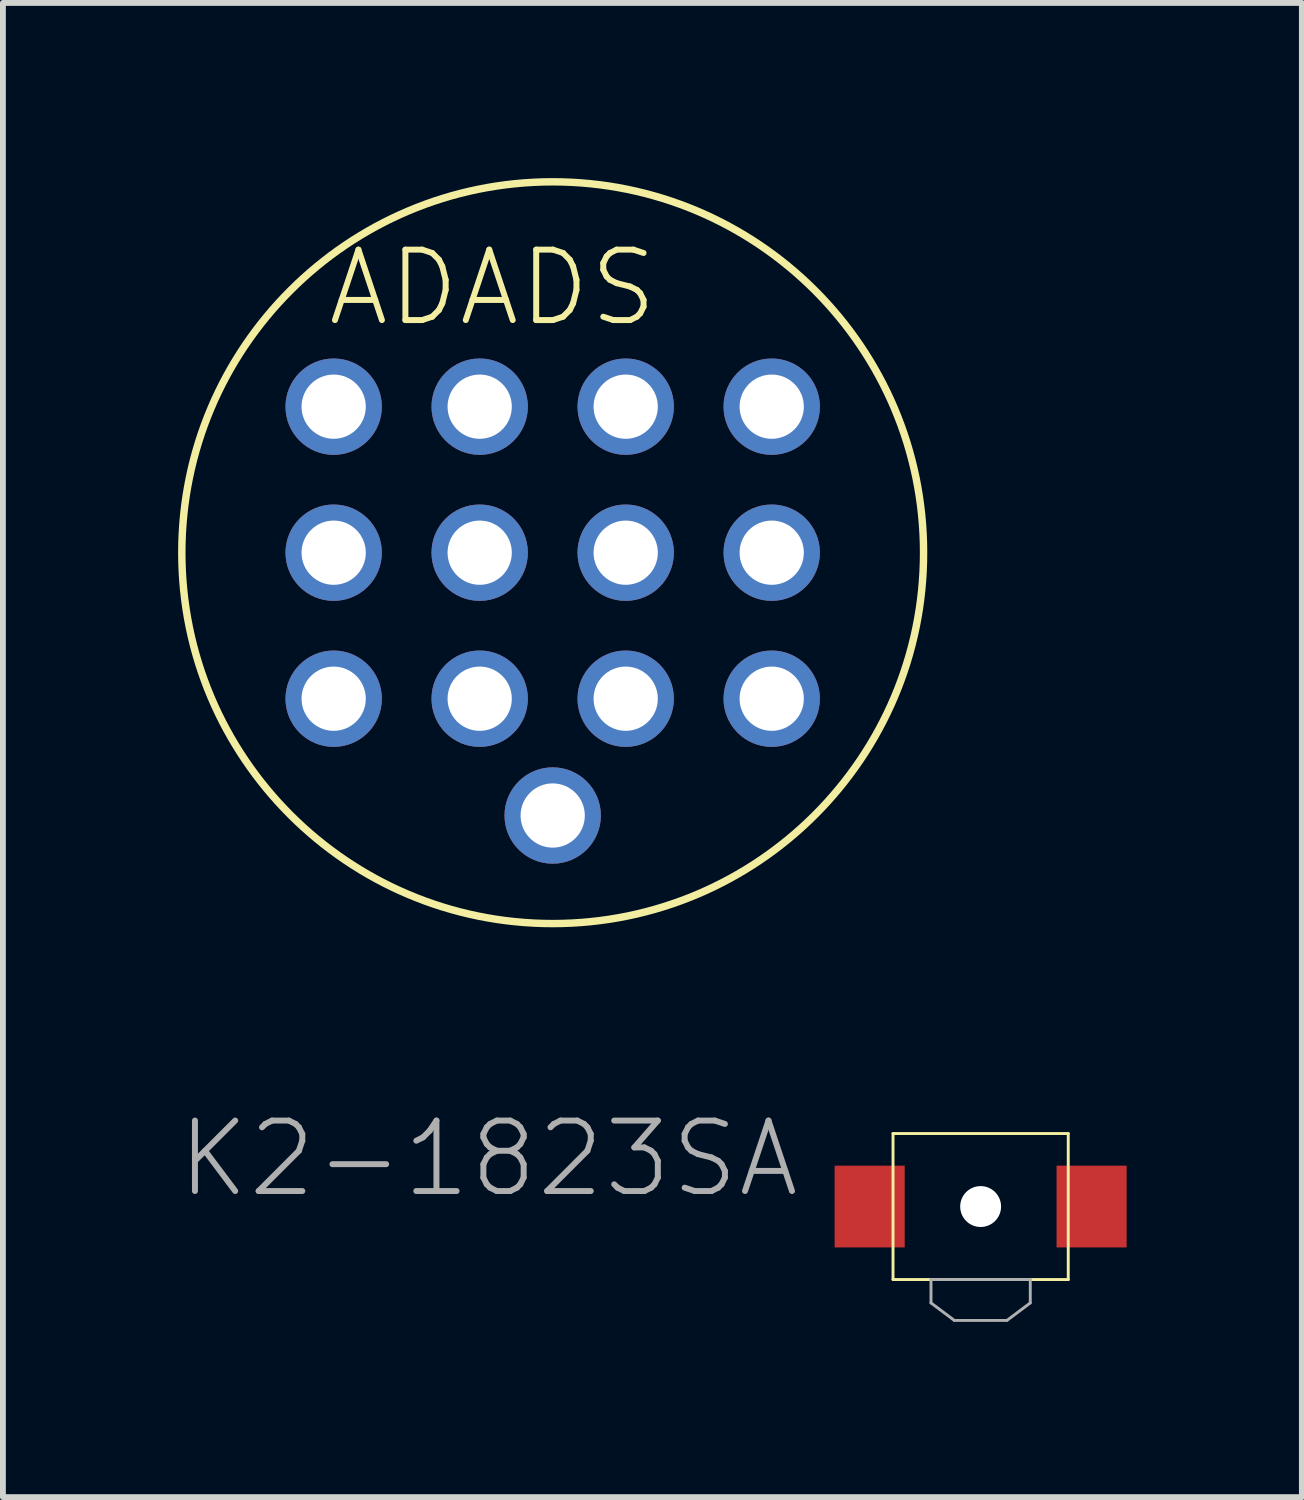
<source format=kicad_pcb>
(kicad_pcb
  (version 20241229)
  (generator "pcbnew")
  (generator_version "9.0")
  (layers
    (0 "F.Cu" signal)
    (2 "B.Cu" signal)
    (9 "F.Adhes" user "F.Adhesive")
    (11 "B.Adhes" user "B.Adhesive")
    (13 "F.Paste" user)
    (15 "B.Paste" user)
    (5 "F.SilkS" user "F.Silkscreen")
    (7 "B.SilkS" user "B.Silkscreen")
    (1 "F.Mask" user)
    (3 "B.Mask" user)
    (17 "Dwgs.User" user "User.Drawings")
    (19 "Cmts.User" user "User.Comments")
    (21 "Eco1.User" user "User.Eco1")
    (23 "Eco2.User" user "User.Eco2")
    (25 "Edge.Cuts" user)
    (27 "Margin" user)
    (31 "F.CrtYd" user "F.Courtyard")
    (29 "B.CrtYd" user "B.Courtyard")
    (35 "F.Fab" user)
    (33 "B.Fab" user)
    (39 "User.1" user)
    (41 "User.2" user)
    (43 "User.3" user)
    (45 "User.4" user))
  (footprint "K2-1823SA"
    (layer "F.Cu")
    (at 13.74 17.608)
    (property "Reference" "K2-1823SA" (at -3.048 -1.524 0) (layer "F.Fab") (effects (font (size 1.206 1.206) (thickness 0.102)) (justify right top)))
    (attr through_hole)
    (fp_line (start -1.5 -1.25) (end 1.5 -1.25) (stroke (width 0.05) (type solid)) (layer "F.SilkS"))
    (fp_line (start -1.5 1.25) (end -1.5 -1.25) (stroke (width 0.05) (type solid)) (layer "F.SilkS"))
    (fp_line (start -1.5 1.25) (end 1.5 1.25) (stroke (width 0.05) (type solid)) (layer "F.SilkS"))
    (fp_line (start 1.5 -1.25) (end 1.5 1.25) (stroke (width 0.05) (type solid)) (layer "F.SilkS"))
    (fp_line (start -0.85 1.25) (end -0.85 1.65) (stroke (width 0.05) (type solid)) (layer "F.Fab"))
    (fp_line (start -0.85 1.65) (end -0.45 1.95) (stroke (width 0.05) (type solid)) (layer "F.Fab"))
    (fp_line (start -0.45 1.95) (end 0.45 1.95) (stroke (width 0.05) (type solid)) (layer "F.Fab"))
    (fp_line (start 0 1.25) (end -0.85 1.25) (stroke (width 0.05) (type solid)) (layer "F.Fab"))
    (fp_line (start 0 1.25) (end 0.85 1.25) (stroke (width 0.05) (type solid)) (layer "F.Fab"))
    (fp_line (start 0.85 1.25) (end 0.85 1.65) (stroke (width 0.05) (type solid)) (layer "F.Fab"))
    (fp_line (start 0.85 1.65) (end 0.45 1.95) (stroke (width 0.05) (type solid)) (layer "F.Fab"))
    (pad "" np_thru_hole circle (at 0 0) (size 0.7 0.7) (drill 0.7) (layers "*.Cu" "*.Mask"))
    (pad "P$1" smd rect (at -1.9 0) (size 1.2 1.4) (layers "F.Cu" "F.Mask" "F.Paste"))
    (pad "P$2" smd rect (at 1.9 0) (size 1.2 1.4) (layers "F.Cu" "F.Mask" "F.Paste")))
  (footprint "ADADS"
    (layer "F.Cu")
    (at 6.413 6.413)
    (property "Reference" "ADADS" (at -3.91 -3.83 0) (layer "F.SilkS") (effects (font (size 1.206 1.206) (thickness 0.102)) (justify left bottom)))
    (attr through_hole)
    (fp_circle (center 0 0) (end 6.35 0) (stroke (width 0.127) (type solid)) (fill no) (layer "F.SilkS"))
    (pad "1" thru_hole circle (at -3.75 -2.5) (size 1.65 1.65) (drill 1.1) (layers "*.Cu" "*.Mask"))
    (pad "2" thru_hole circle (at -1.25 -2.5) (size 1.65 1.65) (drill 1.1) (layers "*.Cu" "*.Mask"))
    (pad "3" thru_hole circle (at 1.25 -2.5) (size 1.65 1.65) (drill 1.1) (layers "*.Cu" "*.Mask"))
    (pad "4" thru_hole circle (at 3.75 -2.5) (size 1.65 1.65) (drill 1.1) (layers "*.Cu" "*.Mask"))
    (pad "5" thru_hole circle (at -3.75 0) (size 1.65 1.65) (drill 1.1) (layers "*.Cu" "*.Mask"))
    (pad "6" thru_hole circle (at -1.25 0) (size 1.65 1.65) (drill 1.1) (layers "*.Cu" "*.Mask"))
    (pad "7" thru_hole circle (at 1.25 0) (size 1.65 1.65) (drill 1.1) (layers "*.Cu" "*.Mask"))
    (pad "8" thru_hole circle (at 3.75 0) (size 1.65 1.65) (drill 1.1) (layers "*.Cu" "*.Mask"))
    (pad "9" thru_hole circle (at -3.75 2.5) (size 1.65 1.65) (drill 1.1) (layers "*.Cu" "*.Mask"))
    (pad "10" thru_hole circle (at -1.25 2.5) (size 1.65 1.65) (drill 1.1) (layers "*.Cu" "*.Mask"))
    (pad "11" thru_hole circle (at 1.25 2.5) (size 1.65 1.65) (drill 1.1) (layers "*.Cu" "*.Mask"))
    (pad "12" thru_hole circle (at 3.75 2.5) (size 1.65 1.65) (drill 1.1) (layers "*.Cu" "*.Mask"))
    (pad "13" thru_hole circle (at 0 4.5) (size 1.65 1.65) (drill 1.1) (layers "*.Cu" "*.Mask")))
  (gr_rect
    (start -3 -3)
    (end 19.24 22.583)
    (stroke (width 0.1) (type default))
    (fill no)
    (layer "Edge.Cuts")))
</source>
